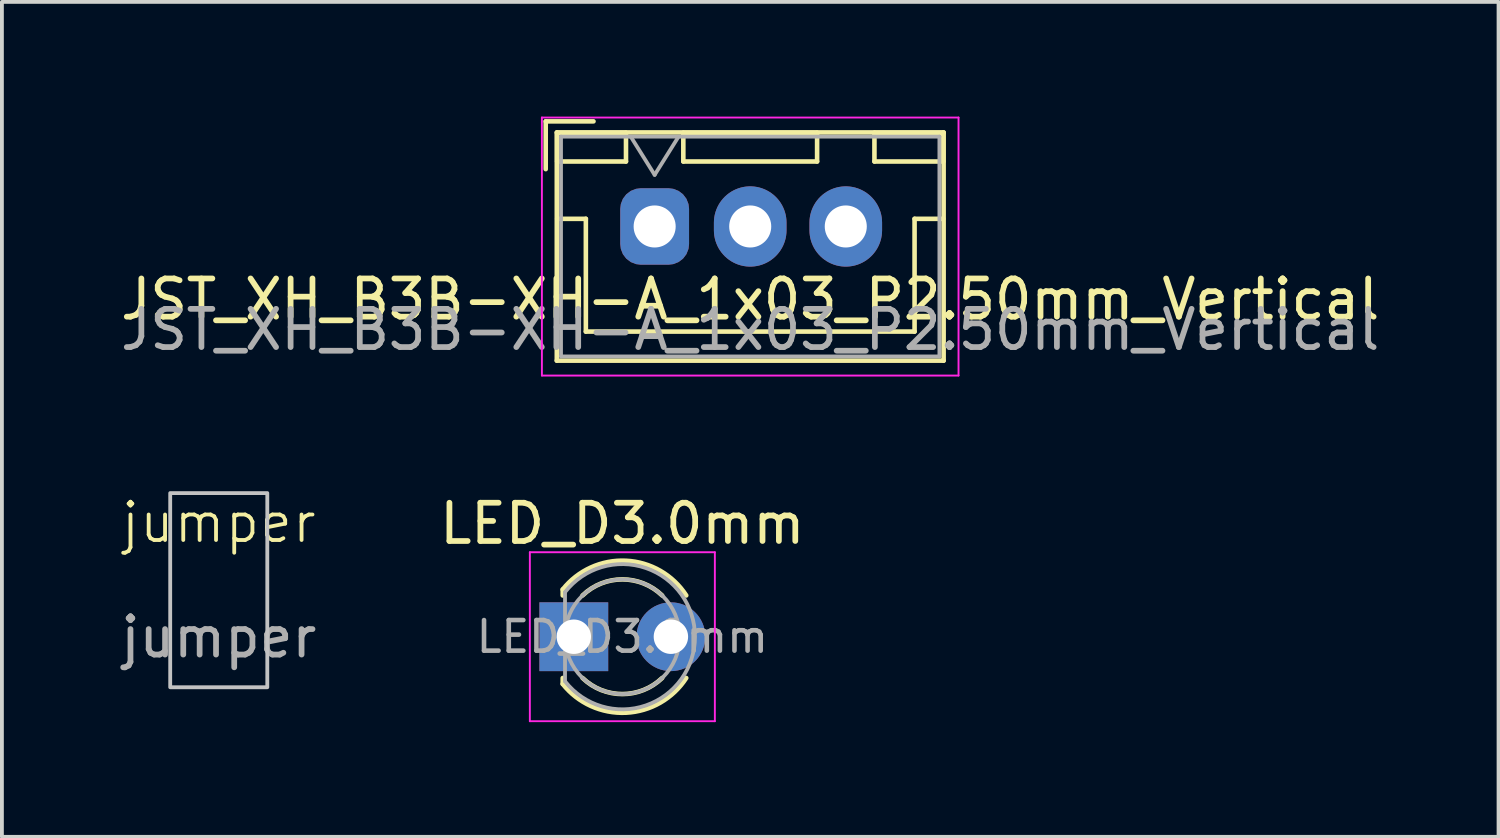
<source format=kicad_pcb>
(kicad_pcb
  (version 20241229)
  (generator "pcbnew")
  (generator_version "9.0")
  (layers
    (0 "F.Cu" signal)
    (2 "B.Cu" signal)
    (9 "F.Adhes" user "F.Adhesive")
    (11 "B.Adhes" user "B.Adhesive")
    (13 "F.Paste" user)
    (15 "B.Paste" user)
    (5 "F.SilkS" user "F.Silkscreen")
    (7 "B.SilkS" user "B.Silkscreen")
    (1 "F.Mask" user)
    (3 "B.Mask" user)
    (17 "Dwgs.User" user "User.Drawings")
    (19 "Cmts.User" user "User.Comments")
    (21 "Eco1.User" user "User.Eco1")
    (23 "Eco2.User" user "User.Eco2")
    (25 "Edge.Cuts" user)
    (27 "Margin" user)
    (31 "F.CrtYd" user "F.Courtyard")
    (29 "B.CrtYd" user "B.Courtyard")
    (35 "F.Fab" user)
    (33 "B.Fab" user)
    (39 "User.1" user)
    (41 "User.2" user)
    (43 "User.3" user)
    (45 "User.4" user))
  (footprint "LED_D3.0mm"
    (layer "F.Cu")
    (at 11.962 13.608)
    (property "Reference" "LED_D3.0mm" (at 1.27 -2.96 0) (layer "F.SilkS") (effects (font (size 1 1) (thickness 0.15))))
    (attr through_hole)
    (fp_line (start -0.29 -1.236) (end -0.29 -1.08) (stroke (width 0.12) (type solid)) (layer "F.SilkS"))
    (fp_line (start -0.29 1.08) (end -0.29 1.236) (stroke (width 0.12) (type solid)) (layer "F.SilkS"))
    (fp_arc (start -0.29 -1.235516) (mid 1.36566 -1.987699) (end 2.941437 -1.08) (stroke (width 0.12) (type solid)) (layer "F.SilkS"))
    (fp_arc (start 0.229039 -1.08) (mid 1.27 -1.5) (end 2.310961 -1.08) (stroke (width 0.12) (type solid)) (layer "F.SilkS"))
    (fp_arc (start 2.310961 1.08) (mid 1.27 1.5) (end 0.229039 1.08) (stroke (width 0.12) (type solid)) (layer "F.SilkS"))
    (fp_arc (start 2.941437 1.08) (mid 1.36566 1.987699) (end -0.29 1.235516) (stroke (width 0.12) (type solid)) (layer "F.SilkS"))
    (fp_line (start -1.15 -2.21) (end -1.15 2.21) (stroke (width 0.05) (type solid)) (layer "F.CrtYd"))
    (fp_line (start -1.15 2.21) (end 3.69 2.21) (stroke (width 0.05) (type solid)) (layer "F.CrtYd"))
    (fp_line (start 3.69 -2.21) (end -1.15 -2.21) (stroke (width 0.05) (type solid)) (layer "F.CrtYd"))
    (fp_line (start 3.69 2.21) (end 3.69 -2.21) (stroke (width 0.05) (type solid)) (layer "F.CrtYd"))
    (fp_line (start -0.23 -1.166) (end -0.23 1.166) (stroke (width 0.1) (type solid)) (layer "F.Fab"))
    (fp_arc (start -0.23 -1.16619) (mid 3.17 0) (end -0.23 1.16619) (stroke (width 0.1) (type solid)) (layer "F.Fab"))
    (fp_circle (center 1.27 0) (end 2.77 0) (stroke (width 0.1) (type solid)) (fill no) (layer "F.Fab"))
    (fp_text user "${REFERENCE}" (at 1.27 0 0) (layer "F.Fab") (effects (font (size 0.8 0.8) (thickness 0.12))))
    (pad "1" thru_hole rect (at 0 0) (size 1.8 1.8) (drill 0.9) (layers "*.Cu" "*.Mask"))
    (pad "2" thru_hole circle (at 2.54 0) (size 1.8 1.8) (drill 0.9) (layers "*.Cu" "*.Mask")))
  (footprint "jumper"
    (layer "F.Cu")
    (at 2.673 11.12)
    (property "Reference" "jumper" (at 0 -0.5 0) (unlocked yes) (layer "F.SilkS") (effects (font (size 1 1) (thickness 0.1))))
    (attr through_hole allow_missing_courtyard)
    (fp_rect (start -1.27 -1.27) (end 1.27 3.81) (stroke (width 0.1) (type default)) (fill no) (layer "Dwgs.User"))
    (fp_text user "${REFERENCE}" (at 0 2.5 0) (unlocked yes) (layer "F.Fab") (effects (font (size 1 1) (thickness 0.15)))))
  (footprint "JST_XH_B3B-XH-A_1x03_P2.50mm_Vertical"
    (layer "F.Cu")
    (at 14.077 2.875)
    (property "Reference" "JST_XH_B3B-XH-A_1x03_P2.50mm_Vertical" (at 2.5 1.905 0) (layer "F.SilkS") (effects (font (size 1 1) (thickness 0.15))))
    (attr through_hole)
    (fp_line (start -2.85 -2.75) (end -2.85 -1.5) (stroke (width 0.12) (type solid)) (layer "F.SilkS"))
    (fp_line (start -2.56 -2.46) (end -2.56 3.51) (stroke (width 0.12) (type solid)) (layer "F.SilkS"))
    (fp_line (start -2.56 3.51) (end 7.56 3.51) (stroke (width 0.12) (type solid)) (layer "F.SilkS"))
    (fp_line (start -2.55 -2.45) (end -2.55 -1.7) (stroke (width 0.12) (type solid)) (layer "F.SilkS"))
    (fp_line (start -2.55 -1.7) (end -0.75 -1.7) (stroke (width 0.12) (type solid)) (layer "F.SilkS"))
    (fp_line (start -2.55 -0.2) (end -1.8 -0.2) (stroke (width 0.12) (type solid)) (layer "F.SilkS"))
    (fp_line (start -1.8 -0.2) (end -1.8 2.75) (stroke (width 0.12) (type solid)) (layer "F.SilkS"))
    (fp_line (start -1.8 2.75) (end 2.5 2.75) (stroke (width 0.12) (type solid)) (layer "F.SilkS"))
    (fp_line (start -1.6 -2.75) (end -2.85 -2.75) (stroke (width 0.12) (type solid)) (layer "F.SilkS"))
    (fp_line (start -0.75 -2.45) (end -2.55 -2.45) (stroke (width 0.12) (type solid)) (layer "F.SilkS"))
    (fp_line (start -0.75 -1.7) (end -0.75 -2.45) (stroke (width 0.12) (type solid)) (layer "F.SilkS"))
    (fp_line (start 0.75 -2.45) (end 0.75 -1.7) (stroke (width 0.12) (type solid)) (layer "F.SilkS"))
    (fp_line (start 0.75 -1.7) (end 4.25 -1.7) (stroke (width 0.12) (type solid)) (layer "F.SilkS"))
    (fp_line (start 4.25 -2.45) (end 0.75 -2.45) (stroke (width 0.12) (type solid)) (layer "F.SilkS"))
    (fp_line (start 4.25 -1.7) (end 4.25 -2.45) (stroke (width 0.12) (type solid)) (layer "F.SilkS"))
    (fp_line (start 5.75 -2.45) (end 5.75 -1.7) (stroke (width 0.12) (type solid)) (layer "F.SilkS"))
    (fp_line (start 5.75 -1.7) (end 7.55 -1.7) (stroke (width 0.12) (type solid)) (layer "F.SilkS"))
    (fp_line (start 6.8 -0.2) (end 6.8 2.75) (stroke (width 0.12) (type solid)) (layer "F.SilkS"))
    (fp_line (start 6.8 2.75) (end 2.5 2.75) (stroke (width 0.12) (type solid)) (layer "F.SilkS"))
    (fp_line (start 7.55 -2.45) (end 5.75 -2.45) (stroke (width 0.12) (type solid)) (layer "F.SilkS"))
    (fp_line (start 7.55 -1.7) (end 7.55 -2.45) (stroke (width 0.12) (type solid)) (layer "F.SilkS"))
    (fp_line (start 7.55 -0.2) (end 6.8 -0.2) (stroke (width 0.12) (type solid)) (layer "F.SilkS"))
    (fp_line (start 7.56 -2.46) (end -2.56 -2.46) (stroke (width 0.12) (type solid)) (layer "F.SilkS"))
    (fp_line (start 7.56 3.51) (end 7.56 -2.46) (stroke (width 0.12) (type solid)) (layer "F.SilkS"))
    (fp_line (start -2.95 -2.85) (end -2.95 3.9) (stroke (width 0.05) (type solid)) (layer "F.CrtYd"))
    (fp_line (start -2.95 3.9) (end 7.95 3.9) (stroke (width 0.05) (type solid)) (layer "F.CrtYd"))
    (fp_line (start 7.95 -2.85) (end -2.95 -2.85) (stroke (width 0.05) (type solid)) (layer "F.CrtYd"))
    (fp_line (start 7.95 3.9) (end 7.95 -2.85) (stroke (width 0.05) (type solid)) (layer "F.CrtYd"))
    (fp_line (start -2.45 -2.35) (end -2.45 3.4) (stroke (width 0.1) (type solid)) (layer "F.Fab"))
    (fp_line (start -2.45 3.4) (end 7.45 3.4) (stroke (width 0.1) (type solid)) (layer "F.Fab"))
    (fp_line (start -0.625 -2.35) (end 0 -1.35) (stroke (width 0.1) (type solid)) (layer "F.Fab"))
    (fp_line (start 0 -1.35) (end 0.625 -2.35) (stroke (width 0.1) (type solid)) (layer "F.Fab"))
    (fp_line (start 7.45 -2.35) (end -2.45 -2.35) (stroke (width 0.1) (type solid)) (layer "F.Fab"))
    (fp_line (start 7.45 3.4) (end 7.45 -2.35) (stroke (width 0.1) (type solid)) (layer "F.Fab"))
    (fp_text user "${REFERENCE}" (at 2.5 2.7 0) (layer "F.Fab") (effects (font (size 1 1) (thickness 0.15))))
    (pad "1" thru_hole roundrect (at 0 0) (size 1.8 2) (drill 1.1) (layers "*.Cu" "*.Mask") (roundrect_rratio 0.3))
    (pad "2" thru_hole oval (at 2.5 0) (size 1.9 2.1) (drill 1.1) (layers "*.Cu" "*.Mask"))
    (pad "3" thru_hole oval (at 5 0) (size 1.9 2.1) (drill 1.1) (layers "*.Cu" "*.Mask")))
  (gr_rect
    (start -3 -3)
    (end 36.155 18.843)
    (stroke (width 0.1) (type default))
    (fill no)
    (layer "Edge.Cuts")))
</source>
